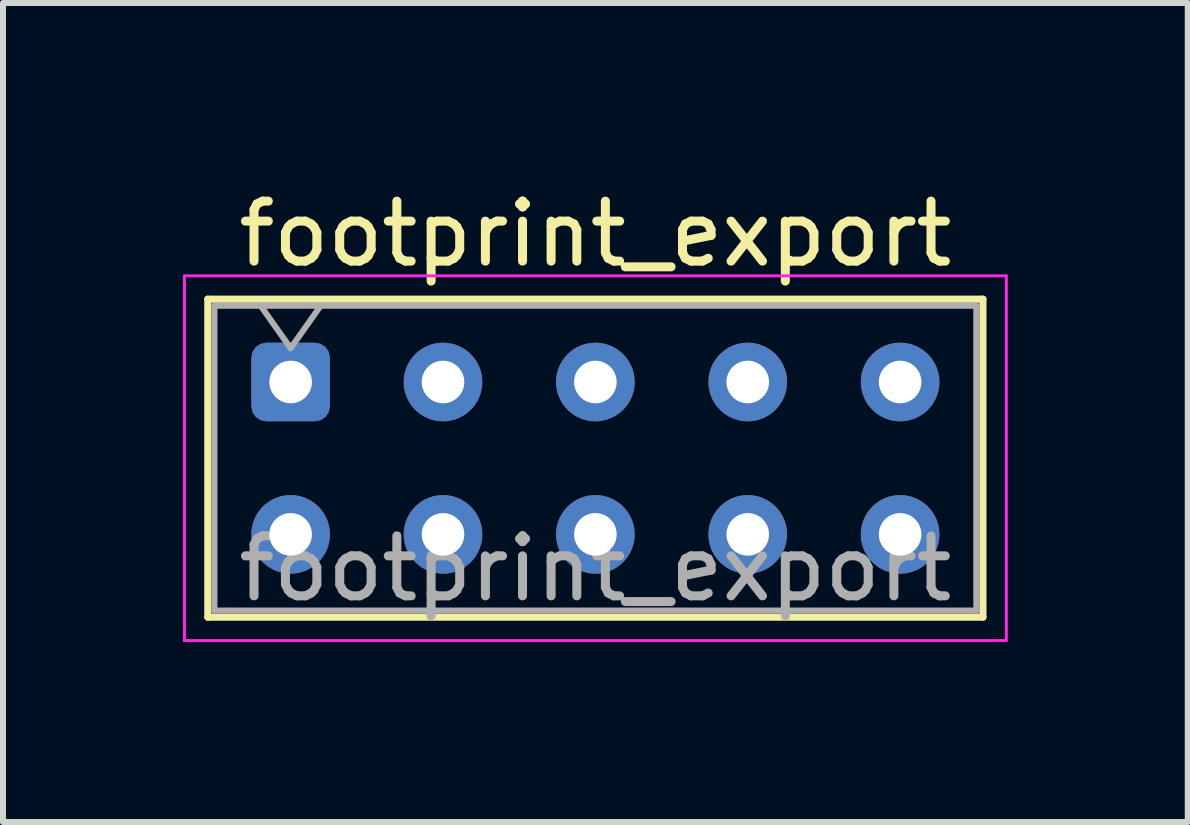
<source format=kicad_pcb>
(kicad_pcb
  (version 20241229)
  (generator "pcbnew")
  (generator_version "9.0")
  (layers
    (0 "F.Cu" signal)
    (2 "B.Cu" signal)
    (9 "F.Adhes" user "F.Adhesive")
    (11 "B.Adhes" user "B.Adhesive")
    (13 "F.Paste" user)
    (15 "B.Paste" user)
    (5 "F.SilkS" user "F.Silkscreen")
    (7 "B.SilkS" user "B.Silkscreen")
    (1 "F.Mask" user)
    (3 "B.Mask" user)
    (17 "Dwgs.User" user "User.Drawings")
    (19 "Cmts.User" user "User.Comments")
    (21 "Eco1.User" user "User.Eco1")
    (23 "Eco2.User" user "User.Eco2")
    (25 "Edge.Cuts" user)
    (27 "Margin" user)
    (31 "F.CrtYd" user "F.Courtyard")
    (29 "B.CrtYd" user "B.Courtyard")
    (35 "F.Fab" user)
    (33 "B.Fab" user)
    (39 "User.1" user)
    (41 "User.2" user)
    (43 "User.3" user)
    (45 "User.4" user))
  (footprint "footprint_export"
    (layer "F.Cu")
    (at 1.795 3.318)
    (property "Reference" "footprint_export" (at 5.08 -2.47 0) (layer "F.SilkS") (effects (font (size 1 1) (thickness 0.15))))
    (attr through_hole)
    (fp_line (start -1.38 -1.38) (end 11.54 -1.38) (stroke (width 0.12) (type solid)) (layer "F.SilkS"))
    (fp_line (start -1.38 3.92) (end -1.38 -1.38) (stroke (width 0.12) (type solid)) (layer "F.SilkS"))
    (fp_line (start 11.54 -1.38) (end 11.54 3.92) (stroke (width 0.12) (type solid)) (layer "F.SilkS"))
    (fp_line (start 11.54 3.92) (end -1.38 3.92) (stroke (width 0.12) (type solid)) (layer "F.SilkS"))
    (fp_line (start -1.77 -1.77) (end 11.93 -1.77) (stroke (width 0.05) (type solid)) (layer "F.CrtYd"))
    (fp_line (start -1.77 4.31) (end -1.77 -1.77) (stroke (width 0.05) (type solid)) (layer "F.CrtYd"))
    (fp_line (start 11.93 -1.77) (end 11.93 4.31) (stroke (width 0.05) (type solid)) (layer "F.CrtYd"))
    (fp_line (start 11.93 4.31) (end -1.77 4.31) (stroke (width 0.05) (type solid)) (layer "F.CrtYd"))
    (fp_line (start -1.27 -1.27) (end 11.43 -1.27) (stroke (width 0.1) (type solid)) (layer "F.Fab"))
    (fp_line (start -1.27 3.81) (end -1.27 -1.27) (stroke (width 0.1) (type solid)) (layer "F.Fab"))
    (fp_line (start -0.5 -1.27) (end 0 -0.563) (stroke (width 0.1) (type solid)) (layer "F.Fab"))
    (fp_line (start 0 -0.563) (end 0.5 -1.27) (stroke (width 0.1) (type solid)) (layer "F.Fab"))
    (fp_line (start 11.43 -1.27) (end 11.43 3.81) (stroke (width 0.1) (type solid)) (layer "F.Fab"))
    (fp_line (start 11.43 3.81) (end -1.27 3.81) (stroke (width 0.1) (type solid)) (layer "F.Fab"))
    (fp_text user "${REFERENCE}" (at 5.08 3.11 0) (layer "F.Fab") (effects (font (size 1 1) (thickness 0.15))))
    (pad "1" thru_hole roundrect (at 0 0) (size 1.31 1.31) (drill 0.71) (layers "*.Cu" "*.Mask") (roundrect_rratio 0.191))
    (pad "2" thru_hole circle (at 0 2.54) (size 1.31 1.31) (drill 0.71) (layers "*.Cu" "*.Mask"))
    (pad "3" thru_hole circle (at 2.54 0) (size 1.31 1.31) (drill 0.71) (layers "*.Cu" "*.Mask"))
    (pad "4" thru_hole circle (at 2.54 2.54) (size 1.31 1.31) (drill 0.71) (layers "*.Cu" "*.Mask"))
    (pad "5" thru_hole circle (at 5.08 0) (size 1.31 1.31) (drill 0.71) (layers "*.Cu" "*.Mask"))
    (pad "6" thru_hole circle (at 5.08 2.54) (size 1.31 1.31) (drill 0.71) (layers "*.Cu" "*.Mask"))
    (pad "7" thru_hole circle (at 7.62 0) (size 1.31 1.31) (drill 0.71) (layers "*.Cu" "*.Mask"))
    (pad "8" thru_hole circle (at 7.62 2.54) (size 1.31 1.31) (drill 0.71) (layers "*.Cu" "*.Mask"))
    (pad "9" thru_hole circle (at 10.16 0) (size 1.31 1.31) (drill 0.71) (layers "*.Cu" "*.Mask"))
    (pad "10" thru_hole circle (at 10.16 2.54) (size 1.31 1.31) (drill 0.71) (layers "*.Cu" "*.Mask")))
  (gr_rect
    (start -3 -3)
    (end 16.75 10.653)
    (stroke (width 0.1) (type default))
    (fill no)
    (layer "Edge.Cuts")))
</source>
